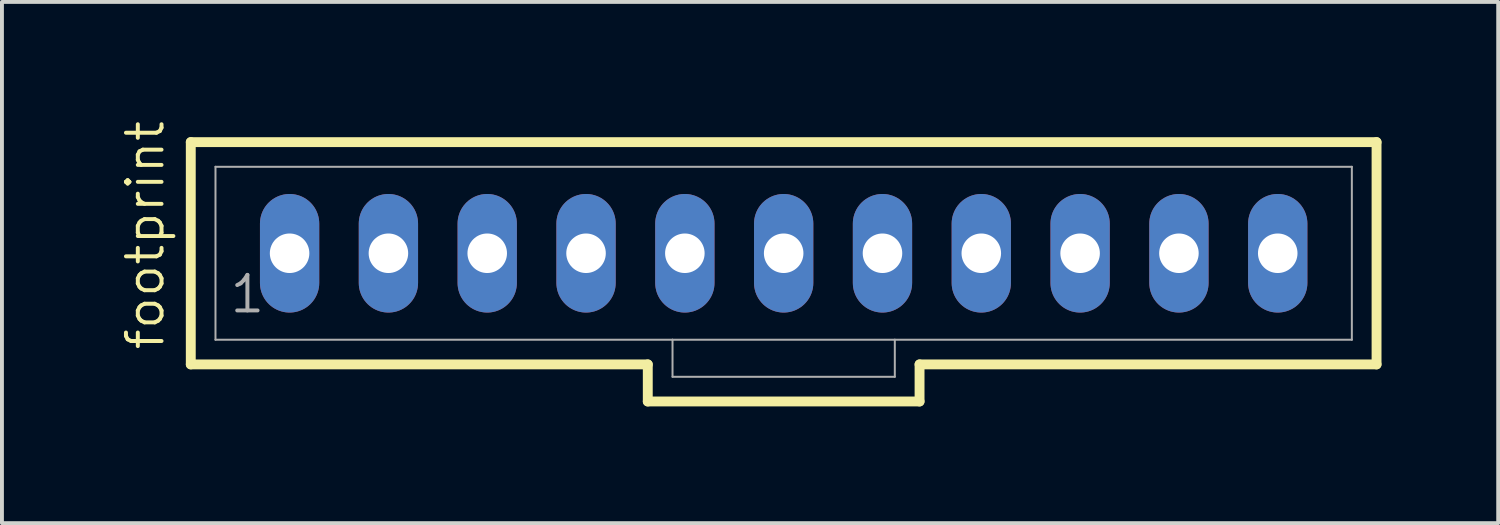
<source format=kicad_pcb>
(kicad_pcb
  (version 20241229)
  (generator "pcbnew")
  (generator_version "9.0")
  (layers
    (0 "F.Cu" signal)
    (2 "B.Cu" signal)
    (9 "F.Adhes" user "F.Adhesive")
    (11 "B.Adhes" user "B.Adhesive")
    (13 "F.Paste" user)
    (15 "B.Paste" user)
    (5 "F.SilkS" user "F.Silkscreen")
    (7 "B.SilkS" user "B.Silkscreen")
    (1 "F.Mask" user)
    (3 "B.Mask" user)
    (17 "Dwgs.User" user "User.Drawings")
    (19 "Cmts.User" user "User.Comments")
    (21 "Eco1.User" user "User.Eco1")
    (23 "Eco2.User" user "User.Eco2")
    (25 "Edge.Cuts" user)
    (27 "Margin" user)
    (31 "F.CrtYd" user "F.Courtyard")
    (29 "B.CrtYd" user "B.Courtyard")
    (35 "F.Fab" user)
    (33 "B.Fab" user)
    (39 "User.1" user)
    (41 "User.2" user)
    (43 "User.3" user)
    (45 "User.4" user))
  (footprint "footprint"
    (layer "F.Cu")
    (at 17.094 3.46)
    (property "Reference" "footprint" (at -15.875 2.54 90) (layer "F.SilkS") (effects (font (size 0.914 0.914) (thickness 0.102)) (justify left bottom)))
    (fp_line (start -15.24 -2.857) (end -15.24 2.857) (stroke (width 0.254) (type solid)) (layer "F.SilkS"))
    (fp_line (start -15.24 2.857) (end -3.493 2.857) (stroke (width 0.254) (type solid)) (layer "F.SilkS"))
    (fp_line (start -3.493 2.857) (end -3.493 3.81) (stroke (width 0.254) (type solid)) (layer "F.SilkS"))
    (fp_line (start -3.493 3.81) (end 3.493 3.81) (stroke (width 0.254) (type solid)) (layer "F.SilkS"))
    (fp_line (start 3.493 2.857) (end 15.24 2.857) (stroke (width 0.254) (type solid)) (layer "F.SilkS"))
    (fp_line (start 3.493 3.81) (end 3.493 2.857) (stroke (width 0.254) (type solid)) (layer "F.SilkS"))
    (fp_line (start 15.24 -2.857) (end -15.24 -2.857) (stroke (width 0.254) (type solid)) (layer "F.SilkS"))
    (fp_line (start 15.24 2.857) (end 15.24 -2.857) (stroke (width 0.254) (type solid)) (layer "F.SilkS"))
    (fp_line (start -14.605 -2.223) (end -14.605 2.223) (stroke (width 0.051) (type solid)) (layer "F.Fab"))
    (fp_line (start -14.605 -2.223) (end 14.605 -2.223) (stroke (width 0.051) (type solid)) (layer "F.Fab"))
    (fp_line (start -14.605 2.223) (end -2.857 2.223) (stroke (width 0.051) (type solid)) (layer "F.Fab"))
    (fp_line (start -2.857 2.223) (end -2.857 3.175) (stroke (width 0.051) (type solid)) (layer "F.Fab"))
    (fp_line (start -2.857 2.223) (end 2.857 2.223) (stroke (width 0.051) (type solid)) (layer "F.Fab"))
    (fp_line (start 2.857 2.223) (end 2.857 3.175) (stroke (width 0.051) (type solid)) (layer "F.Fab"))
    (fp_line (start 2.857 2.223) (end 14.605 2.223) (stroke (width 0.051) (type solid)) (layer "F.Fab"))
    (fp_line (start 2.857 3.175) (end -2.857 3.175) (stroke (width 0.051) (type solid)) (layer "F.Fab"))
    (fp_line (start 14.605 -2.223) (end 14.605 2.223) (stroke (width 0.051) (type solid)) (layer "F.Fab"))
    (fp_poly (pts (xy -12.938 0.238) (xy -12.462 0.238) (xy -12.462 -0.238) (xy -12.938 -0.238)) (stroke (width 0.1) (type solid)) (fill no) (layer "F.Fab"))
    (fp_poly (pts (xy -10.398 0.238) (xy -9.922 0.238) (xy -9.922 -0.238) (xy -10.398 -0.238)) (stroke (width 0.1) (type solid)) (fill no) (layer "F.Fab"))
    (fp_poly (pts (xy -7.858 0.238) (xy -7.382 0.238) (xy -7.382 -0.238) (xy -7.858 -0.238)) (stroke (width 0.1) (type solid)) (fill no) (layer "F.Fab"))
    (fp_poly (pts (xy -5.318 0.238) (xy -4.842 0.238) (xy -4.842 -0.238) (xy -5.318 -0.238)) (stroke (width 0.1) (type solid)) (fill no) (layer "F.Fab"))
    (fp_poly (pts (xy -2.778 0.238) (xy -2.302 0.238) (xy -2.302 -0.238) (xy -2.778 -0.238)) (stroke (width 0.1) (type solid)) (fill no) (layer "F.Fab"))
    (fp_poly (pts (xy -0.238 0.238) (xy 0.238 0.238) (xy 0.238 -0.238) (xy -0.238 -0.238)) (stroke (width 0.1) (type solid)) (fill no) (layer "F.Fab"))
    (fp_poly (pts (xy 2.302 0.238) (xy 2.778 0.238) (xy 2.778 -0.238) (xy 2.302 -0.238)) (stroke (width 0.1) (type solid)) (fill no) (layer "F.Fab"))
    (fp_poly (pts (xy 4.842 0.238) (xy 5.318 0.238) (xy 5.318 -0.238) (xy 4.842 -0.238)) (stroke (width 0.1) (type solid)) (fill no) (layer "F.Fab"))
    (fp_poly (pts (xy 7.382 0.238) (xy 7.858 0.238) (xy 7.858 -0.238) (xy 7.382 -0.238)) (stroke (width 0.1) (type solid)) (fill no) (layer "F.Fab"))
    (fp_poly (pts (xy 9.922 0.238) (xy 10.398 0.238) (xy 10.398 -0.238) (xy 9.922 -0.238)) (stroke (width 0.1) (type solid)) (fill no) (layer "F.Fab"))
    (fp_poly (pts (xy 12.462 0.238) (xy 12.938 0.238) (xy 12.938 -0.238) (xy 12.462 -0.238)) (stroke (width 0.1) (type solid)) (fill no) (layer "F.Fab"))
    (fp_text user "1" (at -14.287 1.587 0) (layer "F.Fab") (effects (font (size 0.914 0.914) (thickness 0.102)) (justify left bottom)))
    (pad "1" thru_hole oval (at -12.7 0 90) (size 3.048 1.524) (drill 1.016) (layers "*.Cu" "*.Mask"))
    (pad "2" thru_hole oval (at -10.16 0 90) (size 3.048 1.524) (drill 1.016) (layers "*.Cu" "*.Mask"))
    (pad "3" thru_hole oval (at -7.62 0 90) (size 3.048 1.524) (drill 1.016) (layers "*.Cu" "*.Mask"))
    (pad "4" thru_hole oval (at -5.08 0 90) (size 3.048 1.524) (drill 1.016) (layers "*.Cu" "*.Mask"))
    (pad "5" thru_hole oval (at -2.54 0 90) (size 3.048 1.524) (drill 1.016) (layers "*.Cu" "*.Mask"))
    (pad "6" thru_hole oval (at 0 0 90) (size 3.048 1.524) (drill 1.016) (layers "*.Cu" "*.Mask"))
    (pad "7" thru_hole oval (at 2.54 0 90) (size 3.048 1.524) (drill 1.016) (layers "*.Cu" "*.Mask"))
    (pad "8" thru_hole oval (at 5.08 0 90) (size 3.048 1.524) (drill 1.016) (layers "*.Cu" "*.Mask"))
    (pad "9" thru_hole oval (at 7.62 0 90) (size 3.048 1.524) (drill 1.016) (layers "*.Cu" "*.Mask"))
    (pad "10" thru_hole oval (at 10.16 0 90) (size 3.048 1.524) (drill 1.016) (layers "*.Cu" "*.Mask"))
    (pad "11" thru_hole oval (at 12.7 0 90) (size 3.048 1.524) (drill 1.016) (layers "*.Cu" "*.Mask")))
  (gr_rect
    (start -3 -3)
    (end 35.461 10.397)
    (stroke (width 0.1) (type default))
    (fill no)
    (layer "Edge.Cuts")))
</source>
